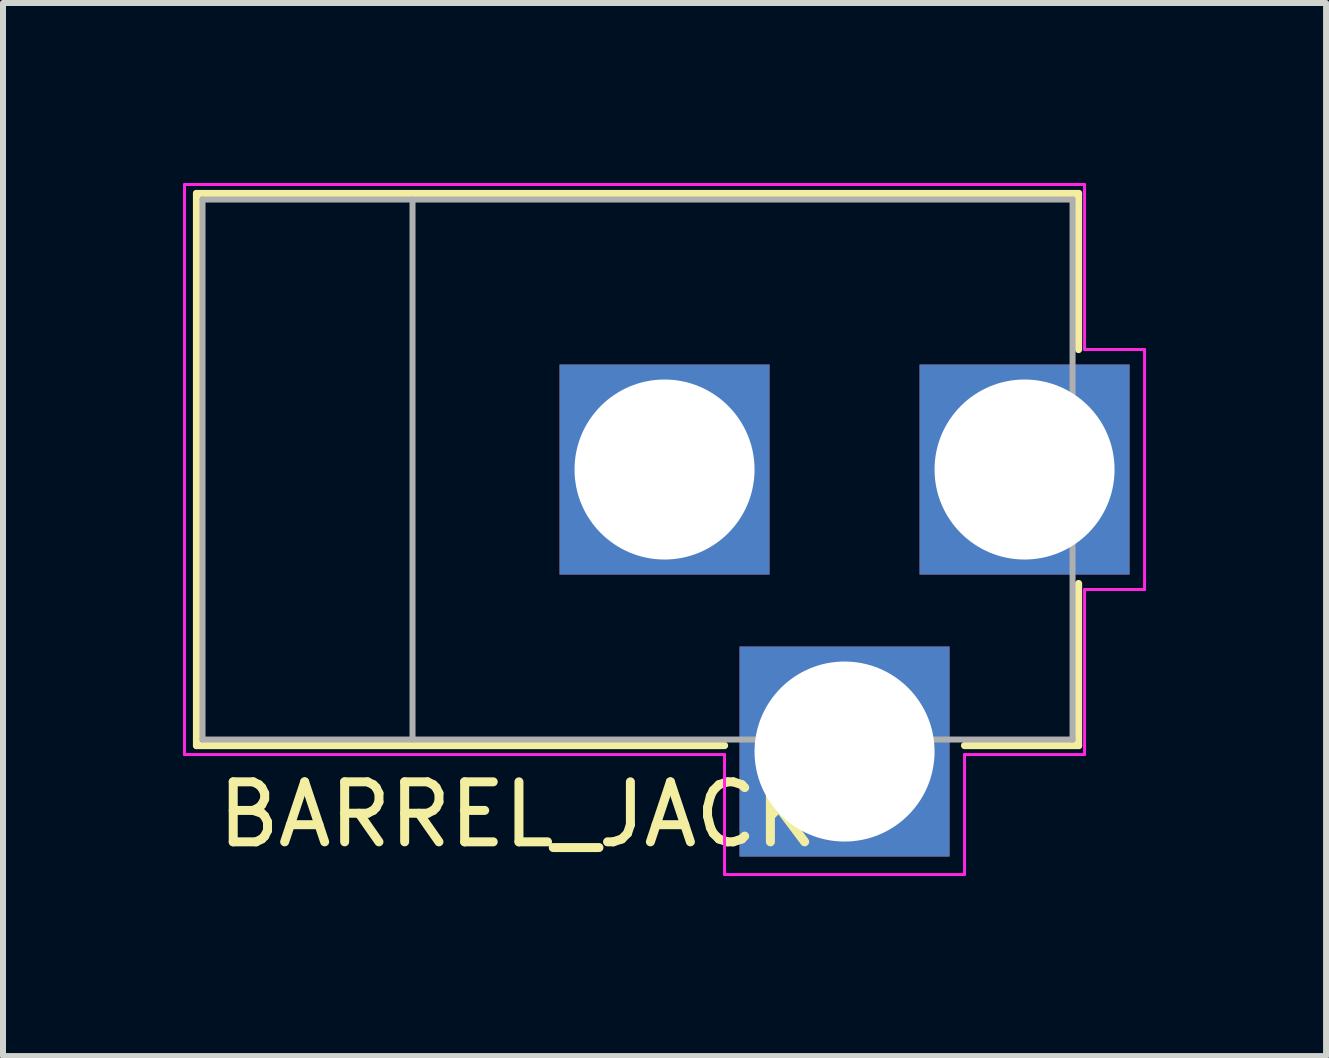
<source format=kicad_pcb>
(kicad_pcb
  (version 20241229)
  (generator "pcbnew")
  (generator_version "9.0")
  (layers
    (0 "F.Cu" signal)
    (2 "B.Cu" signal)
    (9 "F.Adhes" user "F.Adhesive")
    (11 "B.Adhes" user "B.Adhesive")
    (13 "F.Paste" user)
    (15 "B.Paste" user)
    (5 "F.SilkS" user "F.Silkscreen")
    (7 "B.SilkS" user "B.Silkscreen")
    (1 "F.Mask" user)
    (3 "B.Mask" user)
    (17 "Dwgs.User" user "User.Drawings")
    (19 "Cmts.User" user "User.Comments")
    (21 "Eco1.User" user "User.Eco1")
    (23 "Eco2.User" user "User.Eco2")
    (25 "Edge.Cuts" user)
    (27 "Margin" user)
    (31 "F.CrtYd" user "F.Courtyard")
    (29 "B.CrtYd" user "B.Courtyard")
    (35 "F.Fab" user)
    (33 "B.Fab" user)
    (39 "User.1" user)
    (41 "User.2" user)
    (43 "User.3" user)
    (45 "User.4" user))
  (footprint "BARREL_JACK"
    (layer "F.Cu")
    (at 14.025 4.775)
    (property "Reference" "BARREL_JACK" (at -8.45 5.75 0) (layer "F.SilkS") (effects (font (size 1 1) (thickness 0.15))))
    (attr through_hole)
    (fp_line (start -13.8 -4.6) (end 0.9 -4.6) (stroke (width 0.12) (type solid)) (layer "F.SilkS"))
    (fp_line (start -13.8 4.6) (end -13.8 -4.6) (stroke (width 0.12) (type solid)) (layer "F.SilkS"))
    (fp_line (start -5 4.6) (end -13.8 4.6) (stroke (width 0.12) (type solid)) (layer "F.SilkS"))
    (fp_line (start 0.9 -4.6) (end 0.9 -2) (stroke (width 0.12) (type solid)) (layer "F.SilkS"))
    (fp_line (start 0.9 1.9) (end 0.9 4.6) (stroke (width 0.12) (type solid)) (layer "F.SilkS"))
    (fp_line (start 0.9 4.6) (end -1 4.6) (stroke (width 0.12) (type solid)) (layer "F.SilkS"))
    (fp_line (start -14 4.75) (end -14 -4.75) (stroke (width 0.05) (type solid)) (layer "F.CrtYd"))
    (fp_line (start -5 4.75) (end -14 4.75) (stroke (width 0.05) (type solid)) (layer "F.CrtYd"))
    (fp_line (start -5 6.75) (end -5 4.75) (stroke (width 0.05) (type solid)) (layer "F.CrtYd"))
    (fp_line (start -1 4.75) (end -1 6.75) (stroke (width 0.05) (type solid)) (layer "F.CrtYd"))
    (fp_line (start -1 6.75) (end -5 6.75) (stroke (width 0.05) (type solid)) (layer "F.CrtYd"))
    (fp_line (start 1 -4.75) (end -14 -4.75) (stroke (width 0.05) (type solid)) (layer "F.CrtYd"))
    (fp_line (start 1 -4.5) (end 1 -4.75) (stroke (width 0.05) (type solid)) (layer "F.CrtYd"))
    (fp_line (start 1 -4.5) (end 1 -2) (stroke (width 0.05) (type solid)) (layer "F.CrtYd"))
    (fp_line (start 1 -2) (end 2 -2) (stroke (width 0.05) (type solid)) (layer "F.CrtYd"))
    (fp_line (start 1 2) (end 1 4.75) (stroke (width 0.05) (type solid)) (layer "F.CrtYd"))
    (fp_line (start 1 4.75) (end -1 4.75) (stroke (width 0.05) (type solid)) (layer "F.CrtYd"))
    (fp_line (start 2 -2) (end 2 2) (stroke (width 0.05) (type solid)) (layer "F.CrtYd"))
    (fp_line (start 2 2) (end 1 2) (stroke (width 0.05) (type solid)) (layer "F.CrtYd"))
    (fp_line (start -13.7 -4.5) (end -13.7 4.5) (stroke (width 0.1) (type solid)) (layer "F.Fab"))
    (fp_line (start -13.7 4.5) (end 0.8 4.5) (stroke (width 0.1) (type solid)) (layer "F.Fab"))
    (fp_line (start -10.2 -4.5) (end -10.2 4.5) (stroke (width 0.1) (type solid)) (layer "F.Fab"))
    (fp_line (start 0.8 -4.5) (end -13.7 -4.5) (stroke (width 0.1) (type solid)) (layer "F.Fab"))
    (fp_line (start 0.8 4.5) (end 0.8 -4.5) (stroke (width 0.1) (type solid)) (layer "F.Fab"))
    (pad "1" thru_hole rect (at 0 0) (size 3.5 3.5) (drill 3) (layers "*.Cu" "*.Mask"))
    (pad "2" thru_hole rect (at -6 0) (size 3.5 3.5) (drill 3) (layers "*.Cu" "*.Mask"))
    (pad "3" thru_hole rect (at -3 4.7) (size 3.5 3.5) (drill 3) (layers "*.Cu" "*.Mask")))
  (gr_rect
    (start -3 -3)
    (end 19.05 14.55)
    (stroke (width 0.1) (type default))
    (fill no)
    (layer "Edge.Cuts")))
</source>
